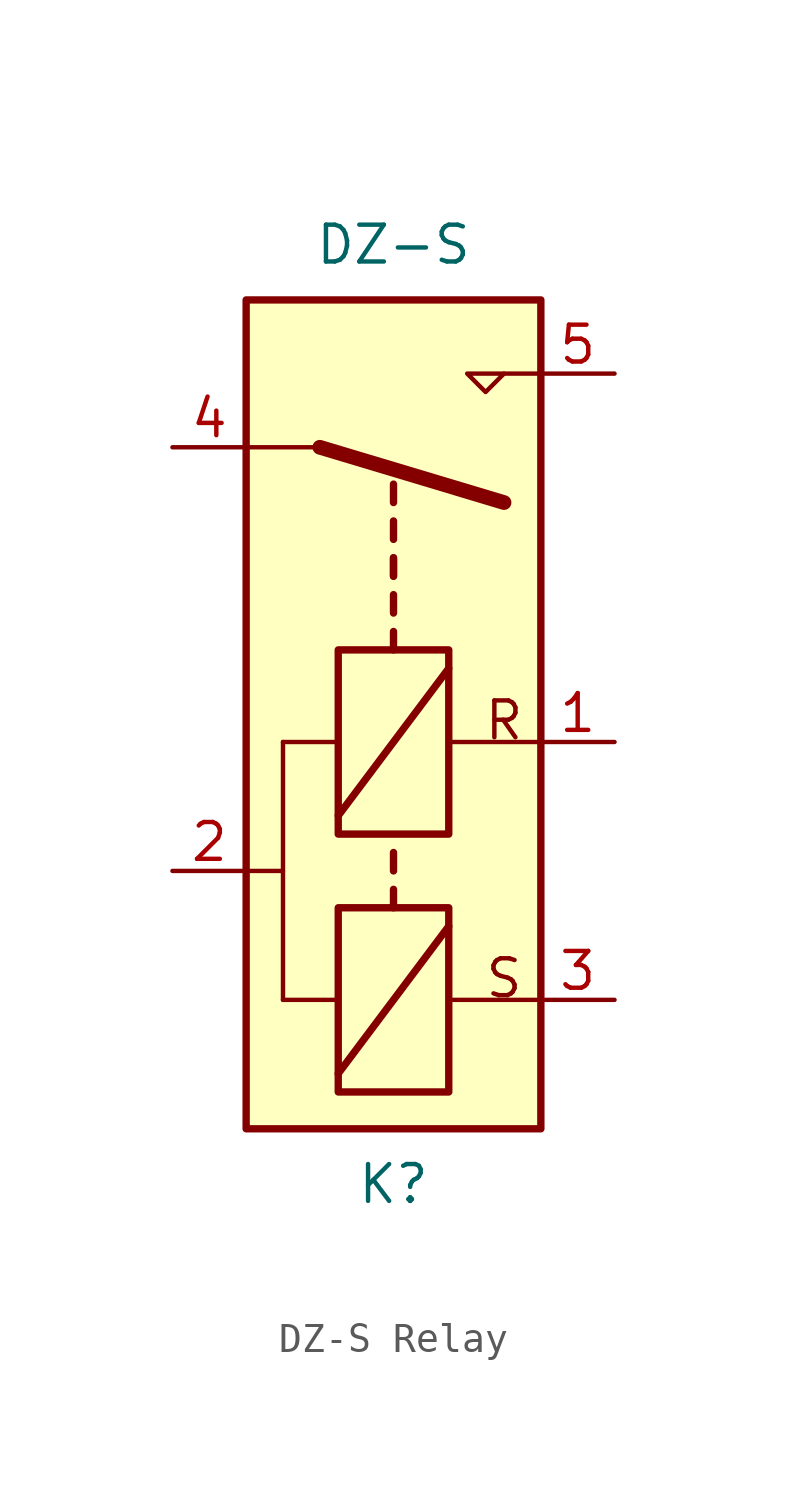
<source format=kicad_sym>
(kicad_symbol_lib
  (version 20220914)
  (generator kicad_symbol_editor)
  (symbol "DZ-S Relay"
    (property "Reference" "K"
      (at 0 -20.32 0)
      (effects (font (size 1.27 1.27))))
    (property "Value" "DZ-S"
      (at 0 12.065 0)
      (effects (font (size 1.27 1.27))))
    (symbol "DZ-S Relay_1_1"
      (rectangle (start -5.08 10.16) (end 5.08 -18.415) (stroke (width 0.254) (type default)) (fill (type background)))
      (rectangle (start -1.905 -10.795) (end 1.905 -17.145) (stroke (width 0.254) (type default)) (fill (type none)))
      (rectangle (start -1.905 -1.905) (end 1.905 -8.255) (stroke (width 0.254) (type default)) (fill (type none)))
      (polyline (pts (xy -5.08 -9.525) (xy -3.81 -9.525)) (stroke (width 0) (type default)) (fill (type none)))
      (polyline (pts (xy -3.81 -13.97) (xy -1.905 -13.97)) (stroke (width 0) (type default)) (fill (type none)))
      (polyline (pts (xy -3.81 -5.08) (xy -3.81 -13.97)) (stroke (width 0) (type default)) (fill (type none)))
      (polyline (pts (xy -3.81 -5.08) (xy -1.905 -5.08)) (stroke (width 0) (type default)) (fill (type none)))
      (polyline (pts (xy -2.54 5.08) (xy -5.08 5.08)) (stroke (width 0) (type default)) (fill (type none)))
      (polyline (pts (xy -2.54 5.08) (xy 3.81 3.175)) (stroke (width 0.508) (type default)) (fill (type none)))
      (polyline (pts (xy -1.905 -16.51) (xy 1.905 -11.43)) (stroke (width 0.254) (type default)) (fill (type none)))
      (polyline (pts (xy -1.905 -7.62) (xy 1.905 -2.54)) (stroke (width 0.254) (type default)) (fill (type none)))
      (polyline (pts (xy 0 -10.795) (xy 0 -10.16)) (stroke (width 0.254) (type default)) (fill (type none)))
      (polyline (pts (xy 0 -9.525) (xy 0 -8.89)) (stroke (width 0.254) (type default)) (fill (type none)))
      (polyline (pts (xy 0 -1.905) (xy 0 -1.27)) (stroke (width 0.254) (type default)) (fill (type none)))
      (polyline (pts (xy 0 -0.635) (xy 0 0)) (stroke (width 0.254) (type default)) (fill (type none)))
      (polyline (pts (xy 0 0.635) (xy 0 1.27)) (stroke (width 0.254) (type default)) (fill (type none)))
      (polyline (pts (xy 0 0.635) (xy 0 1.27)) (stroke (width 0.254) (type default)) (fill (type none)))
      (polyline (pts (xy 0 1.905) (xy 0 2.54)) (stroke (width 0.254) (type default)) (fill (type none)))
      (polyline (pts (xy 0 3.175) (xy 0 3.81)) (stroke (width 0.254) (type default)) (fill (type none)))
      (polyline (pts (xy 3.81 7.62) (xy 5.08 7.62)) (stroke (width 0) (type default)) (fill (type none)))
      (polyline (pts (xy 5.08 -13.97) (xy 1.905 -13.97)) (stroke (width 0) (type default)) (fill (type none)))
      (polyline (pts (xy 5.08 -5.08) (xy 1.905 -5.08)) (stroke (width 0) (type default)) (fill (type none)))
      (polyline (pts (xy 3.81 7.62) (xy 2.54 7.62) (xy 3.175 6.985) (xy 3.81 7.62)) (stroke (width 0) (type default)) (fill (type none)))
      (text "R" (at 3.81 -5.08 0) (effects (font (size 1.27 1.27)) (justify bottom)))
      (text "S" (at 3.81 -13.97 0) (effects (font (size 1.27 1.27)) (justify bottom)))
      (pin passive line (at 7.62 -5.08 180) (length 2.54) (name "~" (effects (font (size 1.27 1.27)))) (number "1" (effects (font (size 1.27 1.27)))))
      (pin passive line (at -7.62 -9.525 0) (length 2.54) (name "~" (effects (font (size 1.27 1.27)))) (number "2" (effects (font (size 1.27 1.27)))))
      (pin passive line (at 7.62 -13.97 180) (length 2.54) (name "~" (effects (font (size 1.27 1.27)))) (number "3" (effects (font (size 1.27 1.27)))))
      (pin passive line (at -7.62 5.08 0) (length 2.54) (name "~" (effects (font (size 1.27 1.27)))) (number "4" (effects (font (size 1.27 1.27)))))
      (pin passive line (at 7.62 7.62 180) (length 2.54) (name "~" (effects (font (size 1.27 1.27)))) (number "5" (effects (font (size 1.27 1.27))))))))
</source>
